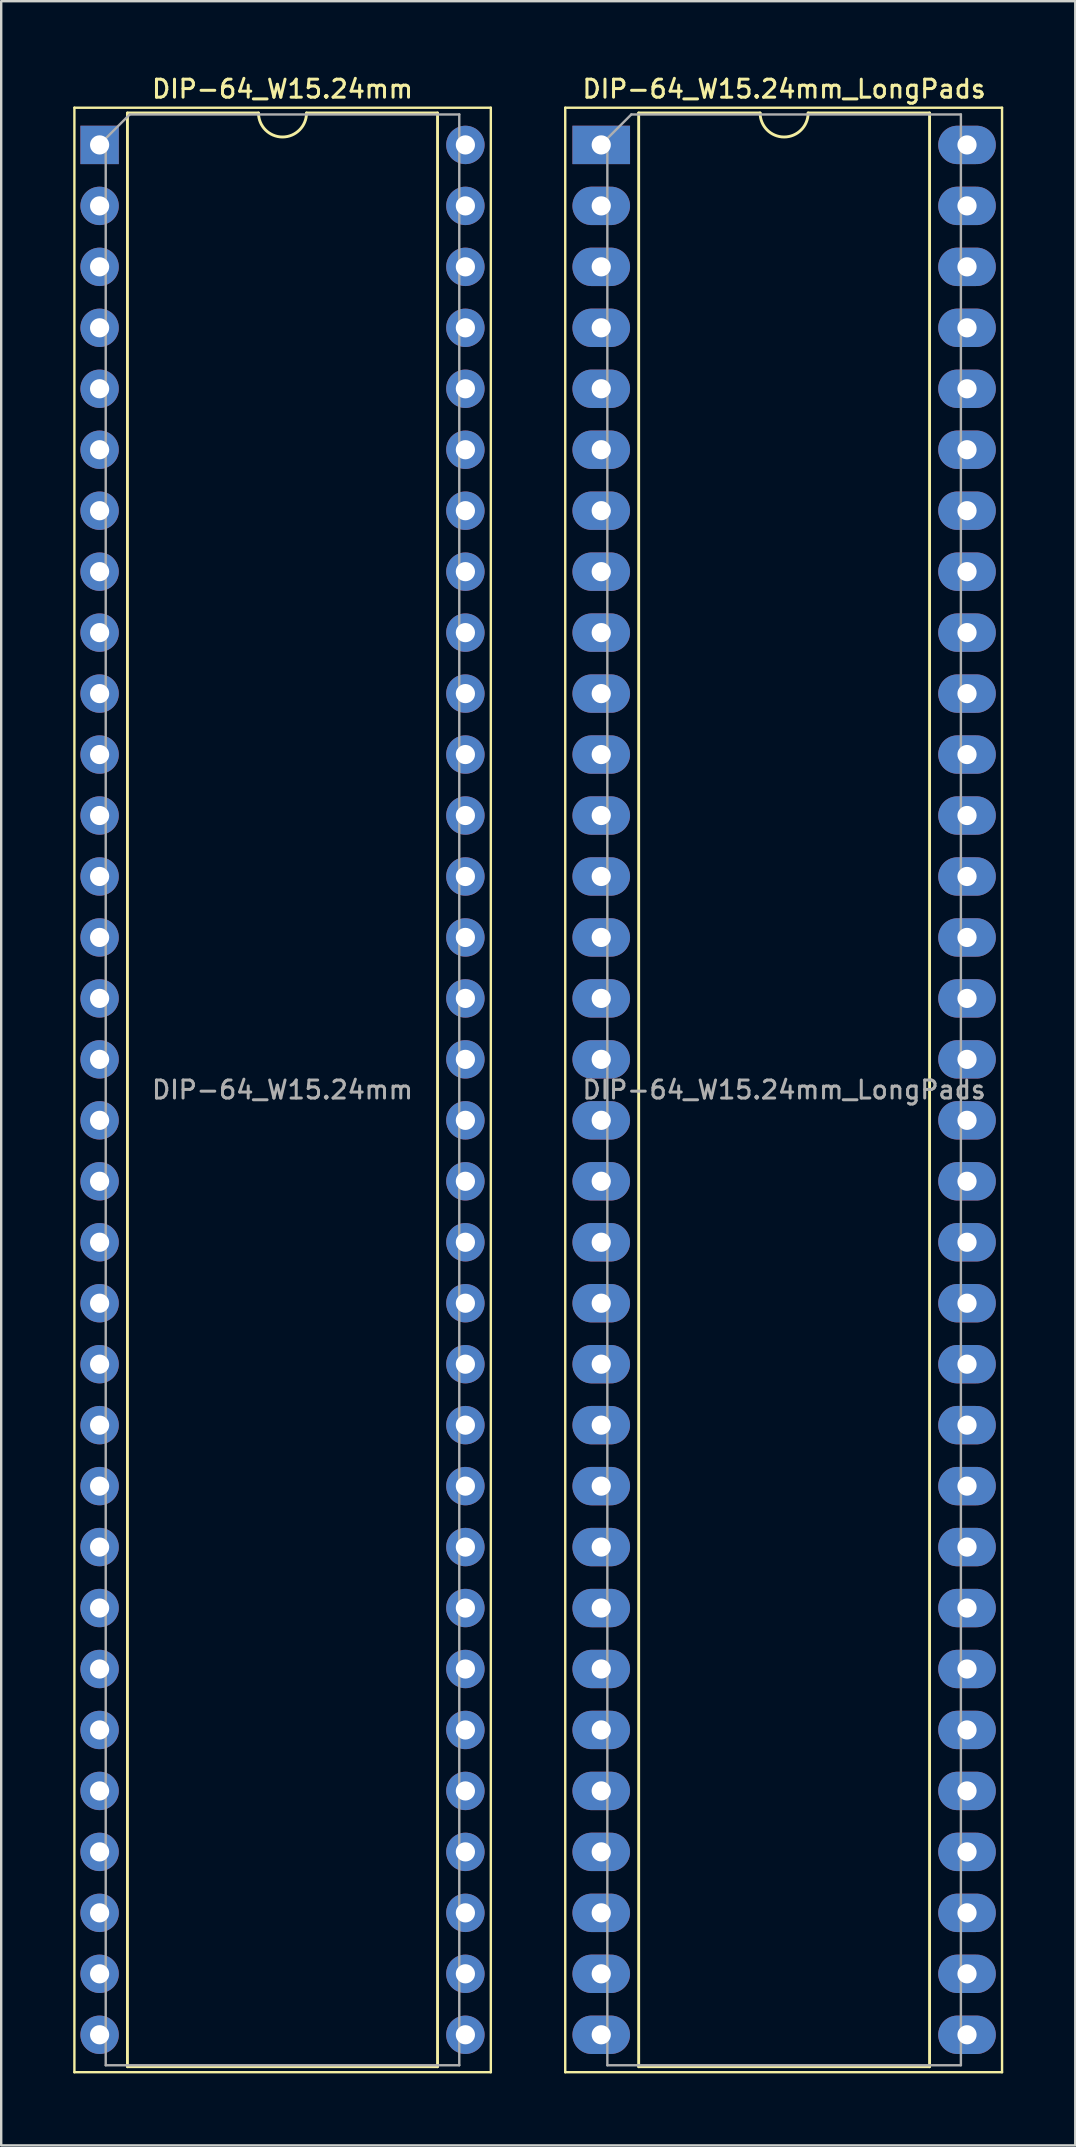
<source format=kicad_pcb>
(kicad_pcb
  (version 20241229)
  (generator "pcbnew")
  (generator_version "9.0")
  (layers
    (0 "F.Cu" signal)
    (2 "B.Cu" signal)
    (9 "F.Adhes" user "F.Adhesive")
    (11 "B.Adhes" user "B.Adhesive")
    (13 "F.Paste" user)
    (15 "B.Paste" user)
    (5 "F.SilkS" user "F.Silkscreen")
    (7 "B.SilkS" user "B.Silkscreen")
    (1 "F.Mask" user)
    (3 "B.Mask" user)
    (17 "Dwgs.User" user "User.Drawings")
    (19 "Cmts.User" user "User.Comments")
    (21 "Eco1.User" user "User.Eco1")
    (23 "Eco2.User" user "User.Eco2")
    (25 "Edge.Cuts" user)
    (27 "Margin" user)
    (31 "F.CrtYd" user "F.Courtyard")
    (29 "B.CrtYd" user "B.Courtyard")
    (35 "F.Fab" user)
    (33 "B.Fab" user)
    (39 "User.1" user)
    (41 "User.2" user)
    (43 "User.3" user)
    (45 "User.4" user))
  (footprint "DIP-64_W15.24mm"
    (layer "F.Cu")
    (at 1.1 2.988)
    (property "Reference" "DIP-64_W15.24mm" (at 7.62 -2.33 0) (layer "F.SilkS") (effects (font (size 0.75 0.75) (thickness 0.125))))
    (attr through_hole)
    (fp_line (start -1.05 -1.55) (end -1.05 80.3) (stroke (width 0.1) (type solid)) (layer "F.SilkS"))
    (fp_line (start -1.05 80.3) (end 16.3 80.3) (stroke (width 0.1) (type solid)) (layer "F.SilkS"))
    (fp_line (start 1.16 -1.33) (end 1.16 80.07) (stroke (width 0.12) (type solid)) (layer "F.SilkS"))
    (fp_line (start 1.16 80.07) (end 14.08 80.07) (stroke (width 0.12) (type solid)) (layer "F.SilkS"))
    (fp_line (start 6.62 -1.33) (end 1.16 -1.33) (stroke (width 0.12) (type solid)) (layer "F.SilkS"))
    (fp_line (start 14.08 -1.33) (end 8.62 -1.33) (stroke (width 0.12) (type solid)) (layer "F.SilkS"))
    (fp_line (start 14.08 80.07) (end 14.08 -1.33) (stroke (width 0.12) (type solid)) (layer "F.SilkS"))
    (fp_line (start 16.3 -1.55) (end -1.05 -1.55) (stroke (width 0.1) (type solid)) (layer "F.SilkS"))
    (fp_line (start 16.3 80.3) (end 16.3 -1.55) (stroke (width 0.1) (type solid)) (layer "F.SilkS"))
    (fp_arc (start 8.62 -1.33) (mid 7.62 -0.33) (end 6.62 -1.33) (stroke (width 0.12) (type solid)) (layer "F.SilkS"))
    (fp_line (start 0.255 -0.27) (end 1.255 -1.27) (stroke (width 0.1) (type solid)) (layer "F.Fab"))
    (fp_line (start 0.255 80.01) (end 0.255 -0.27) (stroke (width 0.1) (type solid)) (layer "F.Fab"))
    (fp_line (start 1.255 -1.27) (end 14.985 -1.27) (stroke (width 0.1) (type solid)) (layer "F.Fab"))
    (fp_line (start 14.985 -1.27) (end 14.985 80.01) (stroke (width 0.1) (type solid)) (layer "F.Fab"))
    (fp_line (start 14.985 80.01) (end 0.255 80.01) (stroke (width 0.1) (type solid)) (layer "F.Fab"))
    (fp_text user "${REFERENCE}" (at 7.62 39.37 0) (layer "F.Fab") (effects (font (size 0.75 0.75) (thickness 0.125))))
    (pad "1" thru_hole rect (at 0 0) (size 1.6 1.6) (drill 0.8) (layers "*.Cu" "*.Mask"))
    (pad "2" thru_hole oval (at 0 2.54) (size 1.6 1.6) (drill 0.8) (layers "*.Cu" "*.Mask"))
    (pad "3" thru_hole oval (at 0 5.08) (size 1.6 1.6) (drill 0.8) (layers "*.Cu" "*.Mask"))
    (pad "4" thru_hole oval (at 0 7.62) (size 1.6 1.6) (drill 0.8) (layers "*.Cu" "*.Mask"))
    (pad "5" thru_hole oval (at 0 10.16) (size 1.6 1.6) (drill 0.8) (layers "*.Cu" "*.Mask"))
    (pad "6" thru_hole oval (at 0 12.7) (size 1.6 1.6) (drill 0.8) (layers "*.Cu" "*.Mask"))
    (pad "7" thru_hole oval (at 0 15.24) (size 1.6 1.6) (drill 0.8) (layers "*.Cu" "*.Mask"))
    (pad "8" thru_hole oval (at 0 17.78) (size 1.6 1.6) (drill 0.8) (layers "*.Cu" "*.Mask"))
    (pad "9" thru_hole oval (at 0 20.32) (size 1.6 1.6) (drill 0.8) (layers "*.Cu" "*.Mask"))
    (pad "10" thru_hole oval (at 0 22.86) (size 1.6 1.6) (drill 0.8) (layers "*.Cu" "*.Mask"))
    (pad "11" thru_hole oval (at 0 25.4) (size 1.6 1.6) (drill 0.8) (layers "*.Cu" "*.Mask"))
    (pad "12" thru_hole oval (at 0 27.94) (size 1.6 1.6) (drill 0.8) (layers "*.Cu" "*.Mask"))
    (pad "13" thru_hole oval (at 0 30.48) (size 1.6 1.6) (drill 0.8) (layers "*.Cu" "*.Mask"))
    (pad "14" thru_hole oval (at 0 33.02) (size 1.6 1.6) (drill 0.8) (layers "*.Cu" "*.Mask"))
    (pad "15" thru_hole oval (at 0 35.56) (size 1.6 1.6) (drill 0.8) (layers "*.Cu" "*.Mask"))
    (pad "16" thru_hole oval (at 0 38.1) (size 1.6 1.6) (drill 0.8) (layers "*.Cu" "*.Mask"))
    (pad "17" thru_hole oval (at 0 40.64) (size 1.6 1.6) (drill 0.8) (layers "*.Cu" "*.Mask"))
    (pad "18" thru_hole oval (at 0 43.18) (size 1.6 1.6) (drill 0.8) (layers "*.Cu" "*.Mask"))
    (pad "19" thru_hole oval (at 0 45.72) (size 1.6 1.6) (drill 0.8) (layers "*.Cu" "*.Mask"))
    (pad "20" thru_hole oval (at 0 48.26) (size 1.6 1.6) (drill 0.8) (layers "*.Cu" "*.Mask"))
    (pad "21" thru_hole oval (at 0 50.8) (size 1.6 1.6) (drill 0.8) (layers "*.Cu" "*.Mask"))
    (pad "22" thru_hole oval (at 0 53.34) (size 1.6 1.6) (drill 0.8) (layers "*.Cu" "*.Mask"))
    (pad "23" thru_hole oval (at 0 55.88) (size 1.6 1.6) (drill 0.8) (layers "*.Cu" "*.Mask"))
    (pad "24" thru_hole oval (at 0 58.42) (size 1.6 1.6) (drill 0.8) (layers "*.Cu" "*.Mask"))
    (pad "25" thru_hole oval (at 0 60.96) (size 1.6 1.6) (drill 0.8) (layers "*.Cu" "*.Mask"))
    (pad "26" thru_hole oval (at 0 63.5) (size 1.6 1.6) (drill 0.8) (layers "*.Cu" "*.Mask"))
    (pad "27" thru_hole oval (at 0 66.04) (size 1.6 1.6) (drill 0.8) (layers "*.Cu" "*.Mask"))
    (pad "28" thru_hole oval (at 0 68.58) (size 1.6 1.6) (drill 0.8) (layers "*.Cu" "*.Mask"))
    (pad "29" thru_hole oval (at 0 71.12) (size 1.6 1.6) (drill 0.8) (layers "*.Cu" "*.Mask"))
    (pad "30" thru_hole oval (at 0 73.66) (size 1.6 1.6) (drill 0.8) (layers "*.Cu" "*.Mask"))
    (pad "31" thru_hole oval (at 0 76.2) (size 1.6 1.6) (drill 0.8) (layers "*.Cu" "*.Mask"))
    (pad "32" thru_hole oval (at 0 78.74) (size 1.6 1.6) (drill 0.8) (layers "*.Cu" "*.Mask"))
    (pad "33" thru_hole oval (at 15.24 78.74) (size 1.6 1.6) (drill 0.8) (layers "*.Cu" "*.Mask"))
    (pad "34" thru_hole oval (at 15.24 76.2) (size 1.6 1.6) (drill 0.8) (layers "*.Cu" "*.Mask"))
    (pad "35" thru_hole oval (at 15.24 73.66) (size 1.6 1.6) (drill 0.8) (layers "*.Cu" "*.Mask"))
    (pad "36" thru_hole oval (at 15.24 71.12) (size 1.6 1.6) (drill 0.8) (layers "*.Cu" "*.Mask"))
    (pad "37" thru_hole oval (at 15.24 68.58) (size 1.6 1.6) (drill 0.8) (layers "*.Cu" "*.Mask"))
    (pad "38" thru_hole oval (at 15.24 66.04) (size 1.6 1.6) (drill 0.8) (layers "*.Cu" "*.Mask"))
    (pad "39" thru_hole oval (at 15.24 63.5) (size 1.6 1.6) (drill 0.8) (layers "*.Cu" "*.Mask"))
    (pad "40" thru_hole oval (at 15.24 60.96) (size 1.6 1.6) (drill 0.8) (layers "*.Cu" "*.Mask"))
    (pad "41" thru_hole oval (at 15.24 58.42) (size 1.6 1.6) (drill 0.8) (layers "*.Cu" "*.Mask"))
    (pad "42" thru_hole oval (at 15.24 55.88) (size 1.6 1.6) (drill 0.8) (layers "*.Cu" "*.Mask"))
    (pad "43" thru_hole oval (at 15.24 53.34) (size 1.6 1.6) (drill 0.8) (layers "*.Cu" "*.Mask"))
    (pad "44" thru_hole oval (at 15.24 50.8) (size 1.6 1.6) (drill 0.8) (layers "*.Cu" "*.Mask"))
    (pad "45" thru_hole oval (at 15.24 48.26) (size 1.6 1.6) (drill 0.8) (layers "*.Cu" "*.Mask"))
    (pad "46" thru_hole oval (at 15.24 45.72) (size 1.6 1.6) (drill 0.8) (layers "*.Cu" "*.Mask"))
    (pad "47" thru_hole oval (at 15.24 43.18) (size 1.6 1.6) (drill 0.8) (layers "*.Cu" "*.Mask"))
    (pad "48" thru_hole oval (at 15.24 40.64) (size 1.6 1.6) (drill 0.8) (layers "*.Cu" "*.Mask"))
    (pad "49" thru_hole oval (at 15.24 38.1) (size 1.6 1.6) (drill 0.8) (layers "*.Cu" "*.Mask"))
    (pad "50" thru_hole oval (at 15.24 35.56) (size 1.6 1.6) (drill 0.8) (layers "*.Cu" "*.Mask"))
    (pad "51" thru_hole oval (at 15.24 33.02) (size 1.6 1.6) (drill 0.8) (layers "*.Cu" "*.Mask"))
    (pad "52" thru_hole oval (at 15.24 30.48) (size 1.6 1.6) (drill 0.8) (layers "*.Cu" "*.Mask"))
    (pad "53" thru_hole oval (at 15.24 27.94) (size 1.6 1.6) (drill 0.8) (layers "*.Cu" "*.Mask"))
    (pad "54" thru_hole oval (at 15.24 25.4) (size 1.6 1.6) (drill 0.8) (layers "*.Cu" "*.Mask"))
    (pad "55" thru_hole oval (at 15.24 22.86) (size 1.6 1.6) (drill 0.8) (layers "*.Cu" "*.Mask"))
    (pad "56" thru_hole oval (at 15.24 20.32) (size 1.6 1.6) (drill 0.8) (layers "*.Cu" "*.Mask"))
    (pad "57" thru_hole oval (at 15.24 17.78) (size 1.6 1.6) (drill 0.8) (layers "*.Cu" "*.Mask"))
    (pad "58" thru_hole oval (at 15.24 15.24) (size 1.6 1.6) (drill 0.8) (layers "*.Cu" "*.Mask"))
    (pad "59" thru_hole oval (at 15.24 12.7) (size 1.6 1.6) (drill 0.8) (layers "*.Cu" "*.Mask"))
    (pad "60" thru_hole oval (at 15.24 10.16) (size 1.6 1.6) (drill 0.8) (layers "*.Cu" "*.Mask"))
    (pad "61" thru_hole oval (at 15.24 7.62) (size 1.6 1.6) (drill 0.8) (layers "*.Cu" "*.Mask"))
    (pad "62" thru_hole oval (at 15.24 5.08) (size 1.6 1.6) (drill 0.8) (layers "*.Cu" "*.Mask"))
    (pad "63" thru_hole oval (at 15.24 2.54) (size 1.6 1.6) (drill 0.8) (layers "*.Cu" "*.Mask"))
    (pad "64" thru_hole oval (at 15.24 0) (size 1.6 1.6) (drill 0.8) (layers "*.Cu" "*.Mask")))
  (footprint "DIP-64_W15.24mm_LongPads"
    (layer "F.Cu")
    (at 22 2.988)
    (property "Reference" "DIP-64_W15.24mm_LongPads" (at 7.62 -2.33 0) (layer "F.SilkS") (effects (font (size 0.75 0.75) (thickness 0.125))))
    (attr through_hole)
    (fp_line (start -1.5 -1.55) (end -1.5 80.3) (stroke (width 0.1) (type solid)) (layer "F.SilkS"))
    (fp_line (start -1.5 80.3) (end 16.7 80.3) (stroke (width 0.1) (type solid)) (layer "F.SilkS"))
    (fp_line (start 1.56 -1.33) (end 1.56 80.07) (stroke (width 0.12) (type solid)) (layer "F.SilkS"))
    (fp_line (start 1.56 80.07) (end 13.68 80.07) (stroke (width 0.12) (type solid)) (layer "F.SilkS"))
    (fp_line (start 6.62 -1.33) (end 1.56 -1.33) (stroke (width 0.12) (type solid)) (layer "F.SilkS"))
    (fp_line (start 13.68 -1.33) (end 8.62 -1.33) (stroke (width 0.12) (type solid)) (layer "F.SilkS"))
    (fp_line (start 13.68 80.07) (end 13.68 -1.33) (stroke (width 0.12) (type solid)) (layer "F.SilkS"))
    (fp_line (start 16.7 -1.55) (end -1.5 -1.55) (stroke (width 0.1) (type solid)) (layer "F.SilkS"))
    (fp_line (start 16.7 80.3) (end 16.7 -1.55) (stroke (width 0.1) (type solid)) (layer "F.SilkS"))
    (fp_arc (start 8.62 -1.33) (mid 7.62 -0.33) (end 6.62 -1.33) (stroke (width 0.12) (type solid)) (layer "F.SilkS"))
    (fp_line (start 0.255 -0.27) (end 1.255 -1.27) (stroke (width 0.1) (type solid)) (layer "F.Fab"))
    (fp_line (start 0.255 80.01) (end 0.255 -0.27) (stroke (width 0.1) (type solid)) (layer "F.Fab"))
    (fp_line (start 1.255 -1.27) (end 14.985 -1.27) (stroke (width 0.1) (type solid)) (layer "F.Fab"))
    (fp_line (start 14.985 -1.27) (end 14.985 80.01) (stroke (width 0.1) (type solid)) (layer "F.Fab"))
    (fp_line (start 14.985 80.01) (end 0.255 80.01) (stroke (width 0.1) (type solid)) (layer "F.Fab"))
    (fp_text user "${REFERENCE}" (at 7.62 39.37 0) (layer "F.Fab") (effects (font (size 0.75 0.75) (thickness 0.125))))
    (pad "1" thru_hole rect (at 0 0) (size 2.4 1.6) (drill 0.8) (layers "*.Cu" "*.Mask"))
    (pad "2" thru_hole oval (at 0 2.54) (size 2.4 1.6) (drill 0.8) (layers "*.Cu" "*.Mask"))
    (pad "3" thru_hole oval (at 0 5.08) (size 2.4 1.6) (drill 0.8) (layers "*.Cu" "*.Mask"))
    (pad "4" thru_hole oval (at 0 7.62) (size 2.4 1.6) (drill 0.8) (layers "*.Cu" "*.Mask"))
    (pad "5" thru_hole oval (at 0 10.16) (size 2.4 1.6) (drill 0.8) (layers "*.Cu" "*.Mask"))
    (pad "6" thru_hole oval (at 0 12.7) (size 2.4 1.6) (drill 0.8) (layers "*.Cu" "*.Mask"))
    (pad "7" thru_hole oval (at 0 15.24) (size 2.4 1.6) (drill 0.8) (layers "*.Cu" "*.Mask"))
    (pad "8" thru_hole oval (at 0 17.78) (size 2.4 1.6) (drill 0.8) (layers "*.Cu" "*.Mask"))
    (pad "9" thru_hole oval (at 0 20.32) (size 2.4 1.6) (drill 0.8) (layers "*.Cu" "*.Mask"))
    (pad "10" thru_hole oval (at 0 22.86) (size 2.4 1.6) (drill 0.8) (layers "*.Cu" "*.Mask"))
    (pad "11" thru_hole oval (at 0 25.4) (size 2.4 1.6) (drill 0.8) (layers "*.Cu" "*.Mask"))
    (pad "12" thru_hole oval (at 0 27.94) (size 2.4 1.6) (drill 0.8) (layers "*.Cu" "*.Mask"))
    (pad "13" thru_hole oval (at 0 30.48) (size 2.4 1.6) (drill 0.8) (layers "*.Cu" "*.Mask"))
    (pad "14" thru_hole oval (at 0 33.02) (size 2.4 1.6) (drill 0.8) (layers "*.Cu" "*.Mask"))
    (pad "15" thru_hole oval (at 0 35.56) (size 2.4 1.6) (drill 0.8) (layers "*.Cu" "*.Mask"))
    (pad "16" thru_hole oval (at 0 38.1) (size 2.4 1.6) (drill 0.8) (layers "*.Cu" "*.Mask"))
    (pad "17" thru_hole oval (at 0 40.64) (size 2.4 1.6) (drill 0.8) (layers "*.Cu" "*.Mask"))
    (pad "18" thru_hole oval (at 0 43.18) (size 2.4 1.6) (drill 0.8) (layers "*.Cu" "*.Mask"))
    (pad "19" thru_hole oval (at 0 45.72) (size 2.4 1.6) (drill 0.8) (layers "*.Cu" "*.Mask"))
    (pad "20" thru_hole oval (at 0 48.26) (size 2.4 1.6) (drill 0.8) (layers "*.Cu" "*.Mask"))
    (pad "21" thru_hole oval (at 0 50.8) (size 2.4 1.6) (drill 0.8) (layers "*.Cu" "*.Mask"))
    (pad "22" thru_hole oval (at 0 53.34) (size 2.4 1.6) (drill 0.8) (layers "*.Cu" "*.Mask"))
    (pad "23" thru_hole oval (at 0 55.88) (size 2.4 1.6) (drill 0.8) (layers "*.Cu" "*.Mask"))
    (pad "24" thru_hole oval (at 0 58.42) (size 2.4 1.6) (drill 0.8) (layers "*.Cu" "*.Mask"))
    (pad "25" thru_hole oval (at 0 60.96) (size 2.4 1.6) (drill 0.8) (layers "*.Cu" "*.Mask"))
    (pad "26" thru_hole oval (at 0 63.5) (size 2.4 1.6) (drill 0.8) (layers "*.Cu" "*.Mask"))
    (pad "27" thru_hole oval (at 0 66.04) (size 2.4 1.6) (drill 0.8) (layers "*.Cu" "*.Mask"))
    (pad "28" thru_hole oval (at 0 68.58) (size 2.4 1.6) (drill 0.8) (layers "*.Cu" "*.Mask"))
    (pad "29" thru_hole oval (at 0 71.12) (size 2.4 1.6) (drill 0.8) (layers "*.Cu" "*.Mask"))
    (pad "30" thru_hole oval (at 0 73.66) (size 2.4 1.6) (drill 0.8) (layers "*.Cu" "*.Mask"))
    (pad "31" thru_hole oval (at 0 76.2) (size 2.4 1.6) (drill 0.8) (layers "*.Cu" "*.Mask"))
    (pad "32" thru_hole oval (at 0 78.74) (size 2.4 1.6) (drill 0.8) (layers "*.Cu" "*.Mask"))
    (pad "33" thru_hole oval (at 15.24 78.74) (size 2.4 1.6) (drill 0.8) (layers "*.Cu" "*.Mask"))
    (pad "34" thru_hole oval (at 15.24 76.2) (size 2.4 1.6) (drill 0.8) (layers "*.Cu" "*.Mask"))
    (pad "35" thru_hole oval (at 15.24 73.66) (size 2.4 1.6) (drill 0.8) (layers "*.Cu" "*.Mask"))
    (pad "36" thru_hole oval (at 15.24 71.12) (size 2.4 1.6) (drill 0.8) (layers "*.Cu" "*.Mask"))
    (pad "37" thru_hole oval (at 15.24 68.58) (size 2.4 1.6) (drill 0.8) (layers "*.Cu" "*.Mask"))
    (pad "38" thru_hole oval (at 15.24 66.04) (size 2.4 1.6) (drill 0.8) (layers "*.Cu" "*.Mask"))
    (pad "39" thru_hole oval (at 15.24 63.5) (size 2.4 1.6) (drill 0.8) (layers "*.Cu" "*.Mask"))
    (pad "40" thru_hole oval (at 15.24 60.96) (size 2.4 1.6) (drill 0.8) (layers "*.Cu" "*.Mask"))
    (pad "41" thru_hole oval (at 15.24 58.42) (size 2.4 1.6) (drill 0.8) (layers "*.Cu" "*.Mask"))
    (pad "42" thru_hole oval (at 15.24 55.88) (size 2.4 1.6) (drill 0.8) (layers "*.Cu" "*.Mask"))
    (pad "43" thru_hole oval (at 15.24 53.34) (size 2.4 1.6) (drill 0.8) (layers "*.Cu" "*.Mask"))
    (pad "44" thru_hole oval (at 15.24 50.8) (size 2.4 1.6) (drill 0.8) (layers "*.Cu" "*.Mask"))
    (pad "45" thru_hole oval (at 15.24 48.26) (size 2.4 1.6) (drill 0.8) (layers "*.Cu" "*.Mask"))
    (pad "46" thru_hole oval (at 15.24 45.72) (size 2.4 1.6) (drill 0.8) (layers "*.Cu" "*.Mask"))
    (pad "47" thru_hole oval (at 15.24 43.18) (size 2.4 1.6) (drill 0.8) (layers "*.Cu" "*.Mask"))
    (pad "48" thru_hole oval (at 15.24 40.64) (size 2.4 1.6) (drill 0.8) (layers "*.Cu" "*.Mask"))
    (pad "49" thru_hole oval (at 15.24 38.1) (size 2.4 1.6) (drill 0.8) (layers "*.Cu" "*.Mask"))
    (pad "50" thru_hole oval (at 15.24 35.56) (size 2.4 1.6) (drill 0.8) (layers "*.Cu" "*.Mask"))
    (pad "51" thru_hole oval (at 15.24 33.02) (size 2.4 1.6) (drill 0.8) (layers "*.Cu" "*.Mask"))
    (pad "52" thru_hole oval (at 15.24 30.48) (size 2.4 1.6) (drill 0.8) (layers "*.Cu" "*.Mask"))
    (pad "53" thru_hole oval (at 15.24 27.94) (size 2.4 1.6) (drill 0.8) (layers "*.Cu" "*.Mask"))
    (pad "54" thru_hole oval (at 15.24 25.4) (size 2.4 1.6) (drill 0.8) (layers "*.Cu" "*.Mask"))
    (pad "55" thru_hole oval (at 15.24 22.86) (size 2.4 1.6) (drill 0.8) (layers "*.Cu" "*.Mask"))
    (pad "56" thru_hole oval (at 15.24 20.32) (size 2.4 1.6) (drill 0.8) (layers "*.Cu" "*.Mask"))
    (pad "57" thru_hole oval (at 15.24 17.78) (size 2.4 1.6) (drill 0.8) (layers "*.Cu" "*.Mask"))
    (pad "58" thru_hole oval (at 15.24 15.24) (size 2.4 1.6) (drill 0.8) (layers "*.Cu" "*.Mask"))
    (pad "59" thru_hole oval (at 15.24 12.7) (size 2.4 1.6) (drill 0.8) (layers "*.Cu" "*.Mask"))
    (pad "60" thru_hole oval (at 15.24 10.16) (size 2.4 1.6) (drill 0.8) (layers "*.Cu" "*.Mask"))
    (pad "61" thru_hole oval (at 15.24 7.62) (size 2.4 1.6) (drill 0.8) (layers "*.Cu" "*.Mask"))
    (pad "62" thru_hole oval (at 15.24 5.08) (size 2.4 1.6) (drill 0.8) (layers "*.Cu" "*.Mask"))
    (pad "63" thru_hole oval (at 15.24 2.54) (size 2.4 1.6) (drill 0.8) (layers "*.Cu" "*.Mask"))
    (pad "64" thru_hole oval (at 15.24 0) (size 2.4 1.6) (drill 0.8) (layers "*.Cu" "*.Mask")))
  (gr_rect
    (start -3 -3)
    (end 41.75 86.338)
    (stroke (width 0.1) (type default))
    (fill no)
    (layer "Edge.Cuts")))
</source>
